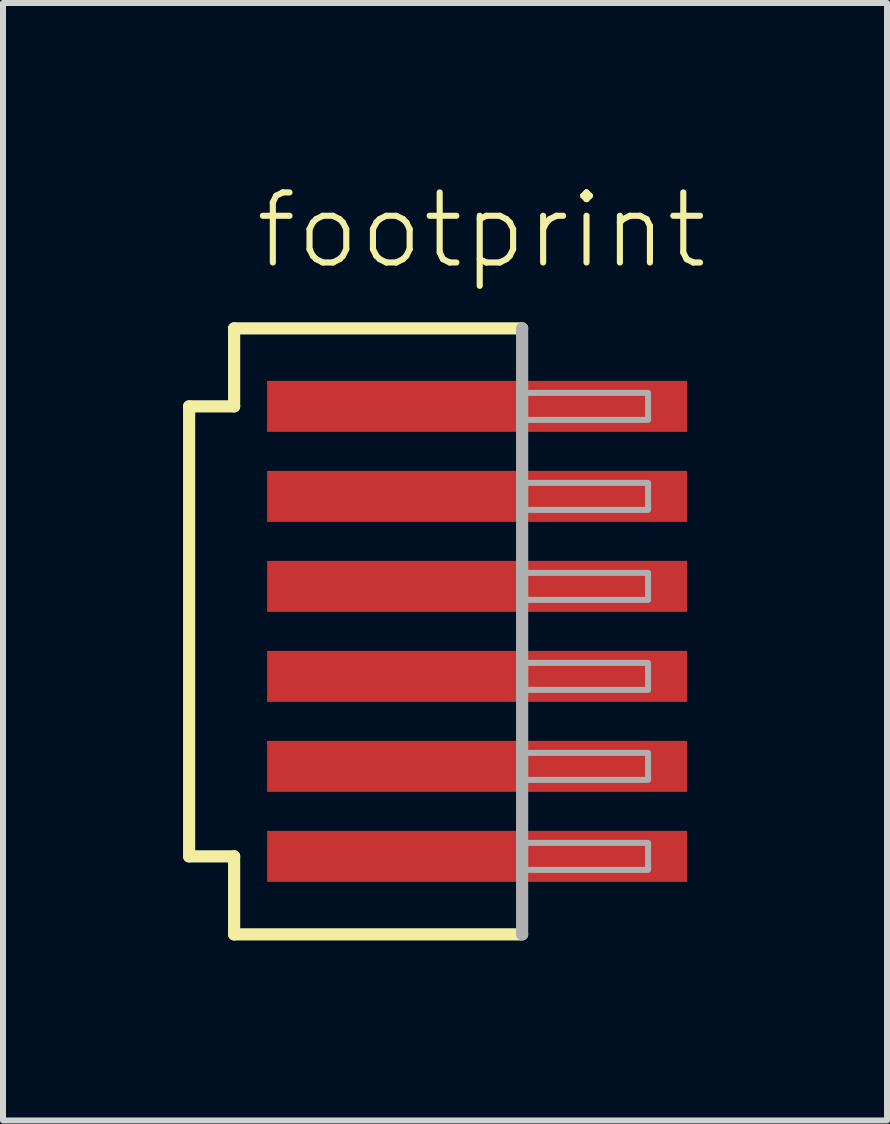
<source format=kicad_pcb>
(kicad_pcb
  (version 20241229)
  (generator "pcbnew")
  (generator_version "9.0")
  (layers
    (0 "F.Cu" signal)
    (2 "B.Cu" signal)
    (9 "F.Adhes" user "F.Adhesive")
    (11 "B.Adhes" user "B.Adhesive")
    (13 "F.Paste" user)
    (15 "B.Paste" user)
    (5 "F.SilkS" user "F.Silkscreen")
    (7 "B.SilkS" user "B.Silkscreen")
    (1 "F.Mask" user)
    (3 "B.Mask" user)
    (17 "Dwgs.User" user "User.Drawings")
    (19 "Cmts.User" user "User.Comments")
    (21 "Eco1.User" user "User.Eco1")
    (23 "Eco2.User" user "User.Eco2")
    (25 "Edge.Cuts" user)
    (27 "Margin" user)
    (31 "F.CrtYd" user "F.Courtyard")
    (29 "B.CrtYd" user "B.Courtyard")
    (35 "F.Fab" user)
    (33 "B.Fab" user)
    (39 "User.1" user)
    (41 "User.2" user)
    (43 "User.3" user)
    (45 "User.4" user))
  (footprint "footprint"
    (layer "F.Cu")
    (at 4.902 7.473)
    (property "Reference" "footprint" (at -3.75 -6 0) (layer "F.SilkS") (effects (font (size 1.168 1.168) (thickness 0.102)) (justify left bottom)))
    (fp_line (start -4.8 -3.75) (end -4.05 -3.75) (stroke (width 0.203) (type solid)) (layer "F.SilkS"))
    (fp_line (start -4.8 3.75) (end -4.8 -3.75) (stroke (width 0.203) (type solid)) (layer "F.SilkS"))
    (fp_line (start -4.05 -5.05) (end 0.75 -5.05) (stroke (width 0.203) (type solid)) (layer "F.SilkS"))
    (fp_line (start -4.05 -3.75) (end -4.05 -5.05) (stroke (width 0.203) (type solid)) (layer "F.SilkS"))
    (fp_line (start -4.05 3.75) (end -4.8 3.75) (stroke (width 0.203) (type solid)) (layer "F.SilkS"))
    (fp_line (start -4.05 5.05) (end -4.05 3.75) (stroke (width 0.203) (type solid)) (layer "F.SilkS"))
    (fp_line (start 0.75 5.05) (end -4.05 5.05) (stroke (width 0.203) (type solid)) (layer "F.SilkS"))
    (fp_line (start 0.75 -5.05) (end 0.75 5.05) (stroke (width 0.203) (type solid)) (layer "F.Fab"))
    (fp_poly (pts (xy 0.8 -3.525) (xy 2.85 -3.525) (xy 2.85 -3.975) (xy 0.8 -3.975)) (stroke (width 0.1) (type solid)) (fill no) (layer "F.Fab"))
    (fp_poly (pts (xy 0.8 -2.025) (xy 2.85 -2.025) (xy 2.85 -2.475) (xy 0.8 -2.475)) (stroke (width 0.1) (type solid)) (fill no) (layer "F.Fab"))
    (fp_poly (pts (xy 0.8 -0.525) (xy 2.85 -0.525) (xy 2.85 -0.975) (xy 0.8 -0.975)) (stroke (width 0.1) (type solid)) (fill no) (layer "F.Fab"))
    (fp_poly (pts (xy 0.8 0.975) (xy 2.85 0.975) (xy 2.85 0.525) (xy 0.8 0.525)) (stroke (width 0.1) (type solid)) (fill no) (layer "F.Fab"))
    (fp_poly (pts (xy 0.8 2.475) (xy 2.85 2.475) (xy 2.85 2.025) (xy 0.8 2.025)) (stroke (width 0.1) (type solid)) (fill no) (layer "F.Fab"))
    (fp_poly (pts (xy 0.8 3.975) (xy 2.85 3.975) (xy 2.85 3.525) (xy 0.8 3.525)) (stroke (width 0.1) (type solid)) (fill no) (layer "F.Fab"))
    (pad "1" smd rect (at 0 -3.75) (size 7 0.85) (layers "F.Cu" "F.Mask" "F.Paste"))
    (pad "2" smd rect (at 0 -2.25) (size 7 0.85) (layers "F.Cu" "F.Mask" "F.Paste"))
    (pad "3" smd rect (at 0 -0.75) (size 7 0.85) (layers "F.Cu" "F.Mask" "F.Paste"))
    (pad "4" smd rect (at 0 0.75) (size 7 0.85) (layers "F.Cu" "F.Mask" "F.Paste"))
    (pad "5" smd rect (at 0 2.25) (size 7 0.85) (layers "F.Cu" "F.Mask" "F.Paste"))
    (pad "6" smd rect (at 0 3.75) (size 7 0.85) (layers "F.Cu" "F.Mask" "F.Paste")))
  (gr_rect
    (start -3 -3)
    (end 11.734 15.625)
    (stroke (width 0.1) (type default))
    (fill no)
    (layer "Edge.Cuts")))
</source>
